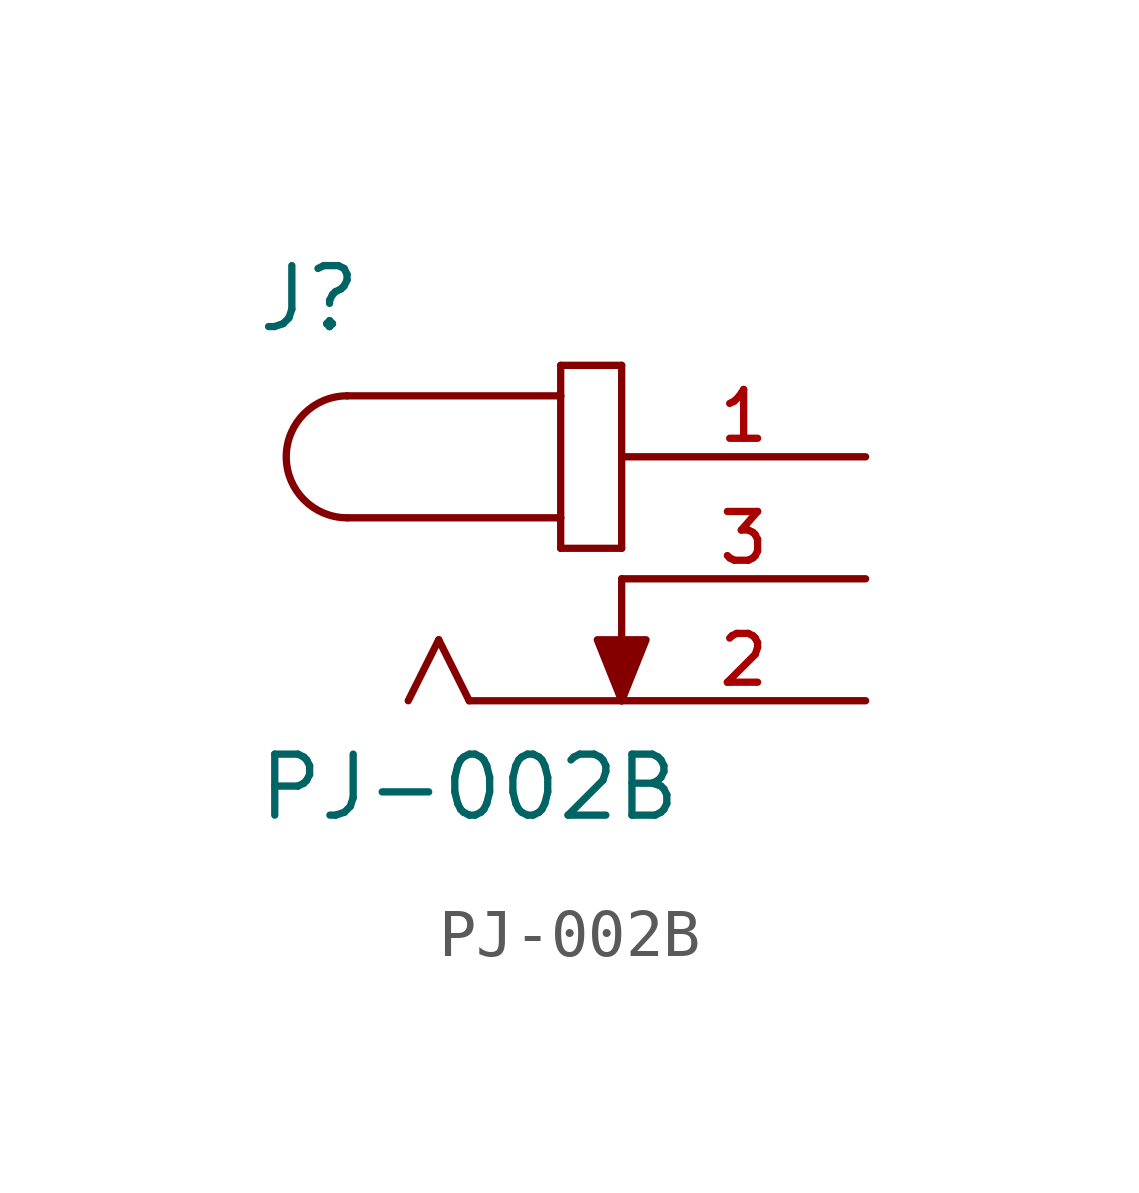
<source format=kicad_sym>
(kicad_symbol_lib
  (version 20211014)
  (generator kicad_symbol_editor)
  (symbol "PJ-002B"
    (pin_names
      (offset 1.016))
    (property "Reference" "J"
      (at -7.634 5.089 0)
      (effects (font (size 1.27 1.27)) (justify bottom left)))
    (property "Value" "PJ-002B"
      (at -7.627 -5.085 0)
      (effects (font (size 1.27 1.27)) (justify bottom left)))
    (symbol "PJ-002B_0_0"
      (arc (start -5.715 3.81) (mid -6.985 2.54) (end -5.715 1.27) (stroke (width 0.1524) (type default) (color 0 0 0 0)) (fill (type none)))
      (polyline (pts (xy -5.715 3.81) (xy -1.27 3.81)) (stroke (width 0.152)))
      (polyline (pts (xy -1.27 3.81) (xy -1.27 1.27)) (stroke (width 0.152)))
      (polyline (pts (xy -1.27 1.27) (xy -5.715 1.27)) (stroke (width 0.152)))
      (polyline (pts (xy -1.27 1.27) (xy -1.27 0.635)) (stroke (width 0.152)))
      (polyline (pts (xy -1.27 0.635) (xy 0.0 0.635)) (stroke (width 0.152)))
      (polyline (pts (xy 0.0 0.635) (xy 0.0 4.445)) (stroke (width 0.152)))
      (polyline (pts (xy 0.0 4.445) (xy -1.27 4.445)) (stroke (width 0.152)))
      (polyline (pts (xy -1.27 4.445) (xy -1.27 3.81)) (stroke (width 0.152)))
      (polyline (pts (xy 0.0 -2.54) (xy -3.175 -2.54)) (stroke (width 0.152)))
      (polyline (pts (xy -3.175 -2.54) (xy -3.81 -1.27)) (stroke (width 0.152)))
      (polyline (pts (xy -3.81 -1.27) (xy -4.445 -2.54)) (stroke (width 0.152)))
      (polyline (pts (xy 0.0 0.0) (xy 0.0 -2.54)) (stroke (width 0.152)))
      (polyline (pts (xy 0.0 -2.54) (xy -0.508 -1.27) (xy 0.508 -1.27) (xy 0.0 -2.54)) (stroke (width 0.152)) (fill (type outline)))
      (pin passive line (at 5.08 2.54 180.0) (length 5.08) (name "~" (effects (font (size 1.016 1.016)))) (number "1" (effects (font (size 1.016 1.016)))))
      (pin passive line (at 5.08 0.0 180.0) (length 5.08) (name "~" (effects (font (size 1.016 1.016)))) (number "3" (effects (font (size 1.016 1.016)))))
      (pin passive line (at 5.08 -2.54 180.0) (length 5.08) (name "~" (effects (font (size 1.016 1.016)))) (number "2" (effects (font (size 1.016 1.016))))))))
</source>
